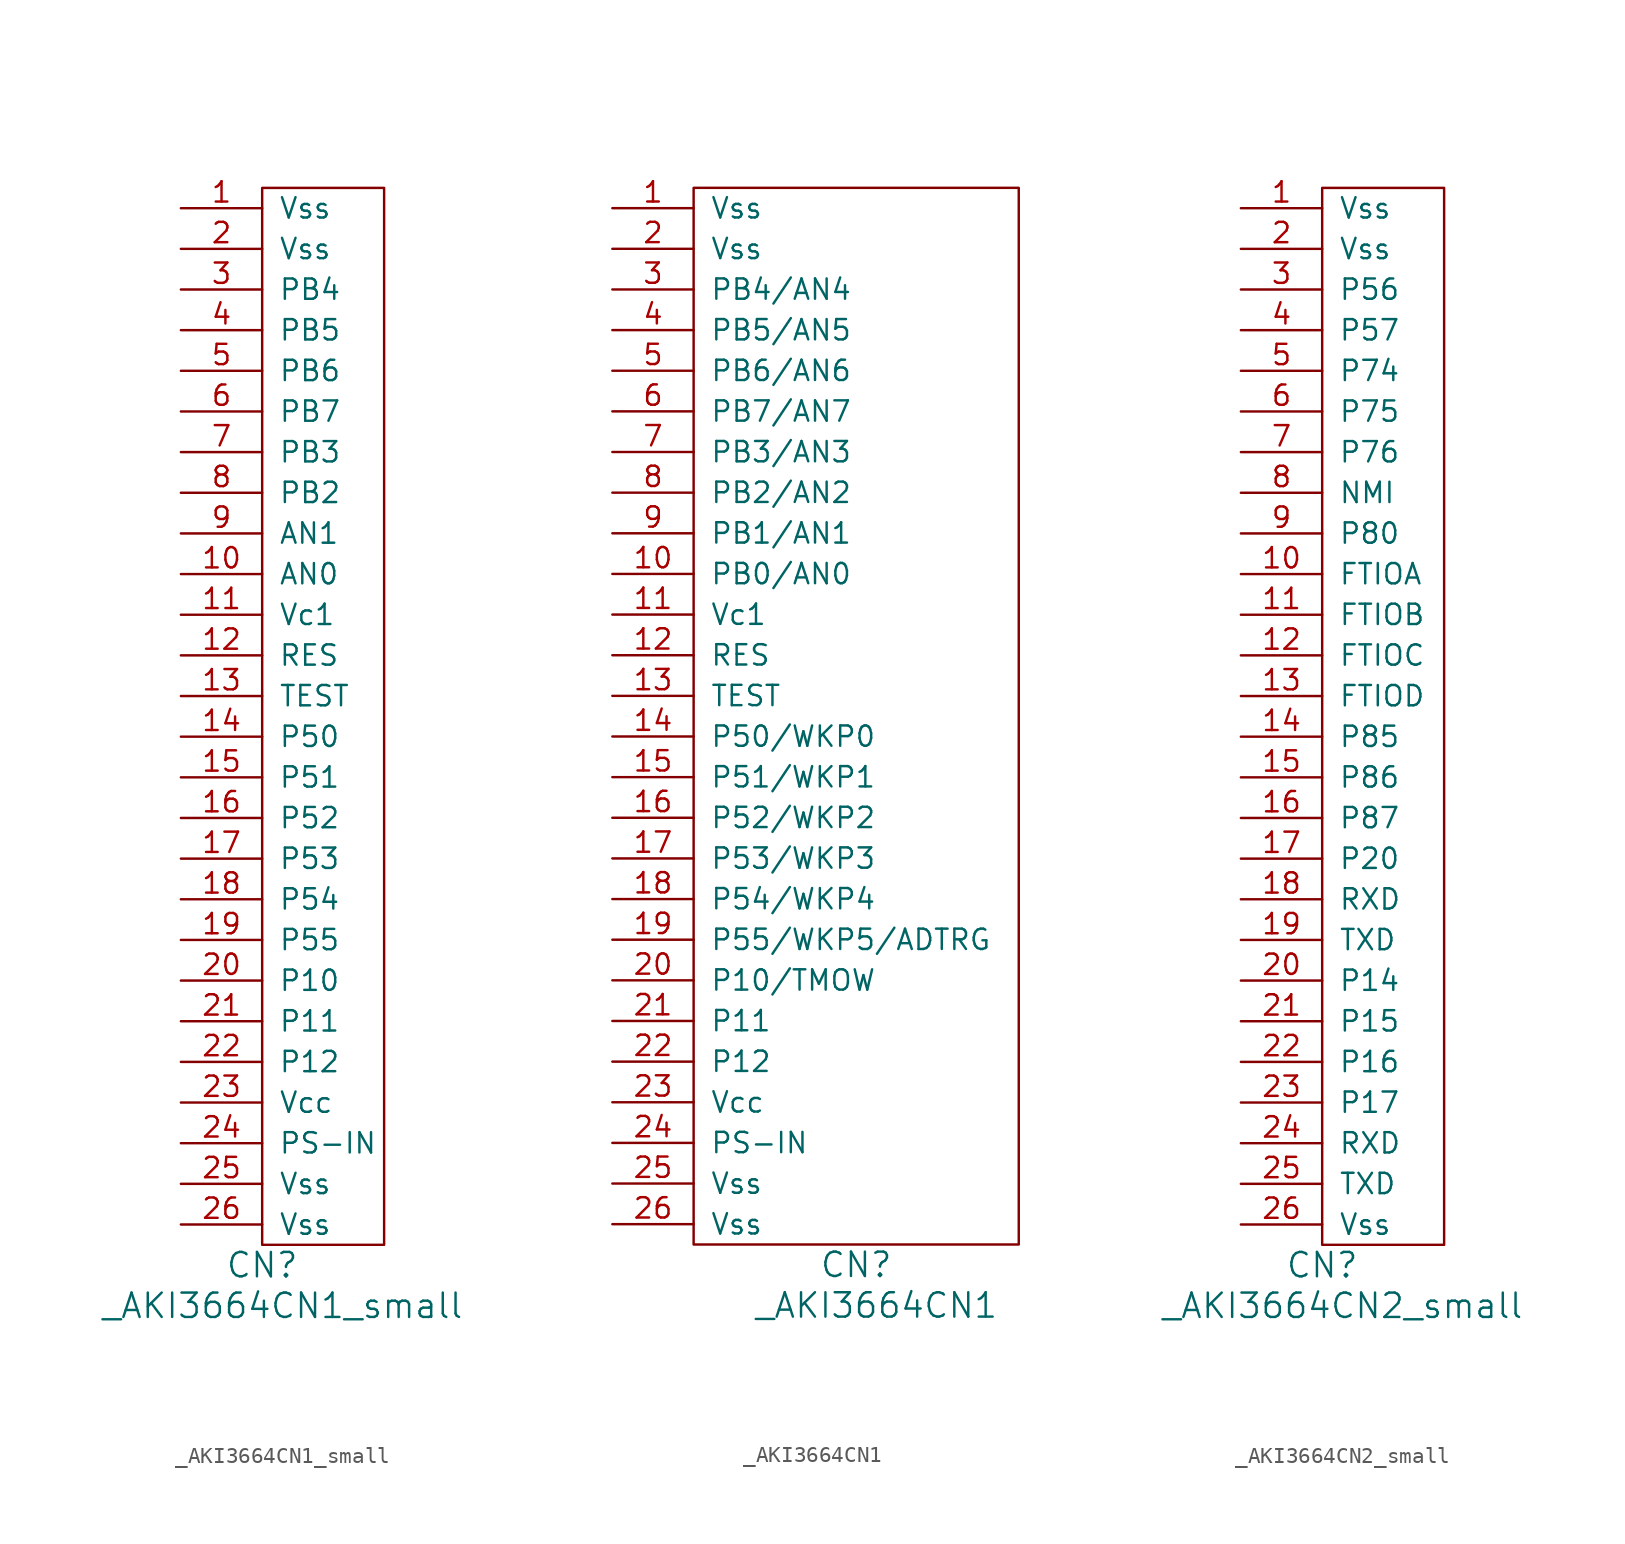
<source format=kicad_sym>
(kicad_symbol_lib
  (version 20220914)
  (generator kicad_symbol_editor)
  (symbol "_AKI3664CN1_small"
    (pin_names
      (offset 1.016))
    (property "Reference" "CN"
      (at 0 -34.29 0)
      (effects (font (size 1.524 1.524))))
    (property "Value" "_AKI3664CN1_small"
      (at 1.27 -36.83 0)
      (effects (font (size 1.524 1.524))))
    (property "Footprint" ""
      (at 1.27 0 0)
      (effects (font (size 1.524 1.524))))
    (property "Datasheet" ""
      (at 1.27 0 0)
      (effects (font (size 1.524 1.524))))
    (symbol "_AKI3664CN1_small_0_1"
      (rectangle (start 0 33.02) (end 7.62 -33.02) (stroke (width 0) (type solid)) (fill (type none))))
    (symbol "_AKI3664CN1_small_1_1"
      (pin input line (at -5.08 31.75 0) (length 5.08) (name "Vss" (effects (font (size 1.27 1.27)))) (number "1" (effects (font (size 1.27 1.27)))))
      (pin bidirectional line (at -5.08 8.89 0) (length 5.08) (name "AN0" (effects (font (size 1.27 1.27)))) (number "10" (effects (font (size 1.27 1.27)))))
      (pin bidirectional line (at -5.08 6.35 0) (length 5.08) (name "Vc1" (effects (font (size 1.27 1.27)))) (number "11" (effects (font (size 1.27 1.27)))))
      (pin input line (at -5.08 3.81 0) (length 5.08) (name "RES" (effects (font (size 1.27 1.27)))) (number "12" (effects (font (size 1.27 1.27)))))
      (pin bidirectional line (at -5.08 1.27 0) (length 5.08) (name "TEST" (effects (font (size 1.27 1.27)))) (number "13" (effects (font (size 1.27 1.27)))))
      (pin bidirectional line (at -5.08 -1.27 0) (length 5.08) (name "P50" (effects (font (size 1.27 1.27)))) (number "14" (effects (font (size 1.27 1.27)))))
      (pin bidirectional line (at -5.08 -3.81 0) (length 5.08) (name "P51" (effects (font (size 1.27 1.27)))) (number "15" (effects (font (size 1.27 1.27)))))
      (pin bidirectional line (at -5.08 -6.35 0) (length 5.08) (name "P52" (effects (font (size 1.27 1.27)))) (number "16" (effects (font (size 1.27 1.27)))))
      (pin bidirectional line (at -5.08 -8.89 0) (length 5.08) (name "P53" (effects (font (size 1.27 1.27)))) (number "17" (effects (font (size 1.27 1.27)))))
      (pin bidirectional line (at -5.08 -11.43 0) (length 5.08) (name "P54" (effects (font (size 1.27 1.27)))) (number "18" (effects (font (size 1.27 1.27)))))
      (pin bidirectional line (at -5.08 -13.97 0) (length 5.08) (name "P55" (effects (font (size 1.27 1.27)))) (number "19" (effects (font (size 1.27 1.27)))))
      (pin input line (at -5.08 29.21 0) (length 5.08) (name "Vss" (effects (font (size 1.27 1.27)))) (number "2" (effects (font (size 1.27 1.27)))))
      (pin bidirectional line (at -5.08 -16.51 0) (length 5.08) (name "P10" (effects (font (size 1.27 1.27)))) (number "20" (effects (font (size 1.27 1.27)))))
      (pin bidirectional line (at -5.08 -19.05 0) (length 5.08) (name "P11" (effects (font (size 1.27 1.27)))) (number "21" (effects (font (size 1.27 1.27)))))
      (pin bidirectional line (at -5.08 -21.59 0) (length 5.08) (name "P12" (effects (font (size 1.27 1.27)))) (number "22" (effects (font (size 1.27 1.27)))))
      (pin bidirectional line (at -5.08 -24.13 0) (length 5.08) (name "Vcc" (effects (font (size 1.27 1.27)))) (number "23" (effects (font (size 1.27 1.27)))))
      (pin bidirectional line (at -5.08 -26.67 0) (length 5.08) (name "PS-IN" (effects (font (size 1.27 1.27)))) (number "24" (effects (font (size 1.27 1.27)))))
      (pin bidirectional line (at -5.08 -29.21 0) (length 5.08) (name "Vss" (effects (font (size 1.27 1.27)))) (number "25" (effects (font (size 1.27 1.27)))))
      (pin bidirectional line (at -5.08 -31.75 0) (length 5.08) (name "Vss" (effects (font (size 1.27 1.27)))) (number "26" (effects (font (size 1.27 1.27)))))
      (pin bidirectional line (at -5.08 26.67 0) (length 5.08) (name "PB4" (effects (font (size 1.27 1.27)))) (number "3" (effects (font (size 1.27 1.27)))))
      (pin bidirectional line (at -5.08 24.13 0) (length 5.08) (name "PB5" (effects (font (size 1.27 1.27)))) (number "4" (effects (font (size 1.27 1.27)))))
      (pin bidirectional line (at -5.08 21.59 0) (length 5.08) (name "PB6" (effects (font (size 1.27 1.27)))) (number "5" (effects (font (size 1.27 1.27)))))
      (pin bidirectional line (at -5.08 19.05 0) (length 5.08) (name "PB7" (effects (font (size 1.27 1.27)))) (number "6" (effects (font (size 1.27 1.27)))))
      (pin bidirectional line (at -5.08 16.51 0) (length 5.08) (name "PB3" (effects (font (size 1.27 1.27)))) (number "7" (effects (font (size 1.27 1.27)))))
      (pin bidirectional line (at -5.08 13.97 0) (length 5.08) (name "PB2" (effects (font (size 1.27 1.27)))) (number "8" (effects (font (size 1.27 1.27)))))
      (pin bidirectional line (at -5.08 11.43 0) (length 5.08) (name "AN1" (effects (font (size 1.27 1.27)))) (number "9" (effects (font (size 1.27 1.27)))))))
  (symbol "_AKI3664CN1"
    (pin_names
      (offset 1.016))
    (property "Reference" "CN"
      (at 0 -34.29 0)
      (effects (font (size 1.524 1.524))))
    (property "Value" "_AKI3664CN1"
      (at 1.27 -36.83 0)
      (effects (font (size 1.524 1.524))))
    (property "Footprint" ""
      (at 1.27 0 0)
      (effects (font (size 1.524 1.524))))
    (property "Datasheet" ""
      (at 1.27 0 0)
      (effects (font (size 1.524 1.524))))
    (symbol "_AKI3664CN1_0_1"
      (rectangle (start -10.16 33.02) (end 10.16 -33.02) (stroke (width 0) (type solid)) (fill (type none))))
    (symbol "_AKI3664CN1_1_1"
      (pin input line (at -15.24 31.75 0) (length 5.08) (name "Vss" (effects (font (size 1.27 1.27)))) (number "1" (effects (font (size 1.27 1.27)))))
      (pin bidirectional line (at -15.24 8.89 0) (length 5.08) (name "PB0/AN0" (effects (font (size 1.27 1.27)))) (number "10" (effects (font (size 1.27 1.27)))))
      (pin bidirectional line (at -15.24 6.35 0) (length 5.08) (name "Vc1" (effects (font (size 1.27 1.27)))) (number "11" (effects (font (size 1.27 1.27)))))
      (pin input line (at -15.24 3.81 0) (length 5.08) (name "RES" (effects (font (size 1.27 1.27)))) (number "12" (effects (font (size 1.27 1.27)))))
      (pin bidirectional line (at -15.24 1.27 0) (length 5.08) (name "TEST" (effects (font (size 1.27 1.27)))) (number "13" (effects (font (size 1.27 1.27)))))
      (pin bidirectional line (at -15.24 -1.27 0) (length 5.08) (name "P50/WKP0" (effects (font (size 1.27 1.27)))) (number "14" (effects (font (size 1.27 1.27)))))
      (pin bidirectional line (at -15.24 -3.81 0) (length 5.08) (name "P51/WKP1" (effects (font (size 1.27 1.27)))) (number "15" (effects (font (size 1.27 1.27)))))
      (pin bidirectional line (at -15.24 -6.35 0) (length 5.08) (name "P52/WKP2" (effects (font (size 1.27 1.27)))) (number "16" (effects (font (size 1.27 1.27)))))
      (pin bidirectional line (at -15.24 -8.89 0) (length 5.08) (name "P53/WKP3" (effects (font (size 1.27 1.27)))) (number "17" (effects (font (size 1.27 1.27)))))
      (pin bidirectional line (at -15.24 -11.43 0) (length 5.08) (name "P54/WKP4" (effects (font (size 1.27 1.27)))) (number "18" (effects (font (size 1.27 1.27)))))
      (pin bidirectional line (at -15.24 -13.97 0) (length 5.08) (name "P55/WKP5/ADTRG" (effects (font (size 1.27 1.27)))) (number "19" (effects (font (size 1.27 1.27)))))
      (pin input line (at -15.24 29.21 0) (length 5.08) (name "Vss" (effects (font (size 1.27 1.27)))) (number "2" (effects (font (size 1.27 1.27)))))
      (pin bidirectional line (at -15.24 -16.51 0) (length 5.08) (name "P10/TMOW" (effects (font (size 1.27 1.27)))) (number "20" (effects (font (size 1.27 1.27)))))
      (pin bidirectional line (at -15.24 -19.05 0) (length 5.08) (name "P11" (effects (font (size 1.27 1.27)))) (number "21" (effects (font (size 1.27 1.27)))))
      (pin bidirectional line (at -15.24 -21.59 0) (length 5.08) (name "P12" (effects (font (size 1.27 1.27)))) (number "22" (effects (font (size 1.27 1.27)))))
      (pin bidirectional line (at -15.24 -24.13 0) (length 5.08) (name "Vcc" (effects (font (size 1.27 1.27)))) (number "23" (effects (font (size 1.27 1.27)))))
      (pin bidirectional line (at -15.24 -26.67 0) (length 5.08) (name "PS-IN" (effects (font (size 1.27 1.27)))) (number "24" (effects (font (size 1.27 1.27)))))
      (pin bidirectional line (at -15.24 -29.21 0) (length 5.08) (name "Vss" (effects (font (size 1.27 1.27)))) (number "25" (effects (font (size 1.27 1.27)))))
      (pin bidirectional line (at -15.24 -31.75 0) (length 5.08) (name "Vss" (effects (font (size 1.27 1.27)))) (number "26" (effects (font (size 1.27 1.27)))))
      (pin bidirectional line (at -15.24 26.67 0) (length 5.08) (name "PB4/AN4" (effects (font (size 1.27 1.27)))) (number "3" (effects (font (size 1.27 1.27)))))
      (pin bidirectional line (at -15.24 24.13 0) (length 5.08) (name "PB5/AN5" (effects (font (size 1.27 1.27)))) (number "4" (effects (font (size 1.27 1.27)))))
      (pin bidirectional line (at -15.24 21.59 0) (length 5.08) (name "PB6/AN6" (effects (font (size 1.27 1.27)))) (number "5" (effects (font (size 1.27 1.27)))))
      (pin bidirectional line (at -15.24 19.05 0) (length 5.08) (name "PB7/AN7" (effects (font (size 1.27 1.27)))) (number "6" (effects (font (size 1.27 1.27)))))
      (pin bidirectional line (at -15.24 16.51 0) (length 5.08) (name "PB3/AN3" (effects (font (size 1.27 1.27)))) (number "7" (effects (font (size 1.27 1.27)))))
      (pin bidirectional line (at -15.24 13.97 0) (length 5.08) (name "PB2/AN2" (effects (font (size 1.27 1.27)))) (number "8" (effects (font (size 1.27 1.27)))))
      (pin bidirectional line (at -15.24 11.43 0) (length 5.08) (name "PB1/AN1" (effects (font (size 1.27 1.27)))) (number "9" (effects (font (size 1.27 1.27)))))))
  (symbol "_AKI3664CN2_small"
    (pin_names
      (offset 1.016))
    (property "Reference" "CN"
      (at 0 -34.29 0)
      (effects (font (size 1.524 1.524))))
    (property "Value" "_AKI3664CN2_small"
      (at 1.27 -36.83 0)
      (effects (font (size 1.524 1.524))))
    (property "Footprint" ""
      (at 11.43 0 0)
      (effects (font (size 1.524 1.524))))
    (property "Datasheet" ""
      (at 11.43 0 0)
      (effects (font (size 1.524 1.524))))
    (symbol "_AKI3664CN2_small_0_1"
      (rectangle (start 0 33.02) (end 7.62 -33.02) (stroke (width 0) (type solid)) (fill (type none))))
    (symbol "_AKI3664CN2_small_1_1"
      (pin input line (at -5.08 31.75 0) (length 5.08) (name "Vss" (effects (font (size 1.27 1.27)))) (number "1" (effects (font (size 1.27 1.27)))))
      (pin bidirectional line (at -5.08 8.89 0) (length 5.08) (name "FTIOA" (effects (font (size 1.27 1.27)))) (number "10" (effects (font (size 1.27 1.27)))))
      (pin bidirectional line (at -5.08 6.35 0) (length 5.08) (name "FTIOB" (effects (font (size 1.27 1.27)))) (number "11" (effects (font (size 1.27 1.27)))))
      (pin input line (at -5.08 3.81 0) (length 5.08) (name "FTIOC" (effects (font (size 1.27 1.27)))) (number "12" (effects (font (size 1.27 1.27)))))
      (pin bidirectional line (at -5.08 1.27 0) (length 5.08) (name "FTIOD" (effects (font (size 1.27 1.27)))) (number "13" (effects (font (size 1.27 1.27)))))
      (pin bidirectional line (at -5.08 -1.27 0) (length 5.08) (name "P85" (effects (font (size 1.27 1.27)))) (number "14" (effects (font (size 1.27 1.27)))))
      (pin bidirectional line (at -5.08 -3.81 0) (length 5.08) (name "P86" (effects (font (size 1.27 1.27)))) (number "15" (effects (font (size 1.27 1.27)))))
      (pin bidirectional line (at -5.08 -6.35 0) (length 5.08) (name "P87" (effects (font (size 1.27 1.27)))) (number "16" (effects (font (size 1.27 1.27)))))
      (pin bidirectional line (at -5.08 -8.89 0) (length 5.08) (name "P20" (effects (font (size 1.27 1.27)))) (number "17" (effects (font (size 1.27 1.27)))))
      (pin bidirectional line (at -5.08 -11.43 0) (length 5.08) (name "RXD" (effects (font (size 1.27 1.27)))) (number "18" (effects (font (size 1.27 1.27)))))
      (pin bidirectional line (at -5.08 -13.97 0) (length 5.08) (name "TXD" (effects (font (size 1.27 1.27)))) (number "19" (effects (font (size 1.27 1.27)))))
      (pin input line (at -5.08 29.21 0) (length 5.08) (name "Vss" (effects (font (size 1.27 1.27)))) (number "2" (effects (font (size 1.27 1.27)))))
      (pin bidirectional line (at -5.08 -16.51 0) (length 5.08) (name "P14" (effects (font (size 1.27 1.27)))) (number "20" (effects (font (size 1.27 1.27)))))
      (pin bidirectional line (at -5.08 -19.05 0) (length 5.08) (name "P15" (effects (font (size 1.27 1.27)))) (number "21" (effects (font (size 1.27 1.27)))))
      (pin bidirectional line (at -5.08 -21.59 0) (length 5.08) (name "P16" (effects (font (size 1.27 1.27)))) (number "22" (effects (font (size 1.27 1.27)))))
      (pin bidirectional line (at -5.08 -24.13 0) (length 5.08) (name "P17" (effects (font (size 1.27 1.27)))) (number "23" (effects (font (size 1.27 1.27)))))
      (pin bidirectional line (at -5.08 -26.67 0) (length 5.08) (name "RXD" (effects (font (size 1.27 1.27)))) (number "24" (effects (font (size 1.27 1.27)))))
      (pin bidirectional line (at -5.08 -29.21 0) (length 5.08) (name "TXD" (effects (font (size 1.27 1.27)))) (number "25" (effects (font (size 1.27 1.27)))))
      (pin bidirectional line (at -5.08 -31.75 0) (length 5.08) (name "Vss" (effects (font (size 1.27 1.27)))) (number "26" (effects (font (size 1.27 1.27)))))
      (pin bidirectional line (at -5.08 26.67 0) (length 5.08) (name "P56" (effects (font (size 1.27 1.27)))) (number "3" (effects (font (size 1.27 1.27)))))
      (pin bidirectional line (at -5.08 24.13 0) (length 5.08) (name "P57" (effects (font (size 1.27 1.27)))) (number "4" (effects (font (size 1.27 1.27)))))
      (pin bidirectional line (at -5.08 21.59 0) (length 5.08) (name "P74" (effects (font (size 1.27 1.27)))) (number "5" (effects (font (size 1.27 1.27)))))
      (pin bidirectional line (at -5.08 19.05 0) (length 5.08) (name "P75" (effects (font (size 1.27 1.27)))) (number "6" (effects (font (size 1.27 1.27)))))
      (pin bidirectional line (at -5.08 16.51 0) (length 5.08) (name "P76" (effects (font (size 1.27 1.27)))) (number "7" (effects (font (size 1.27 1.27)))))
      (pin bidirectional line (at -5.08 13.97 0) (length 5.08) (name "NMI" (effects (font (size 1.27 1.27)))) (number "8" (effects (font (size 1.27 1.27)))))
      (pin bidirectional line (at -5.08 11.43 0) (length 5.08) (name "P80" (effects (font (size 1.27 1.27)))) (number "9" (effects (font (size 1.27 1.27))))))))
</source>
